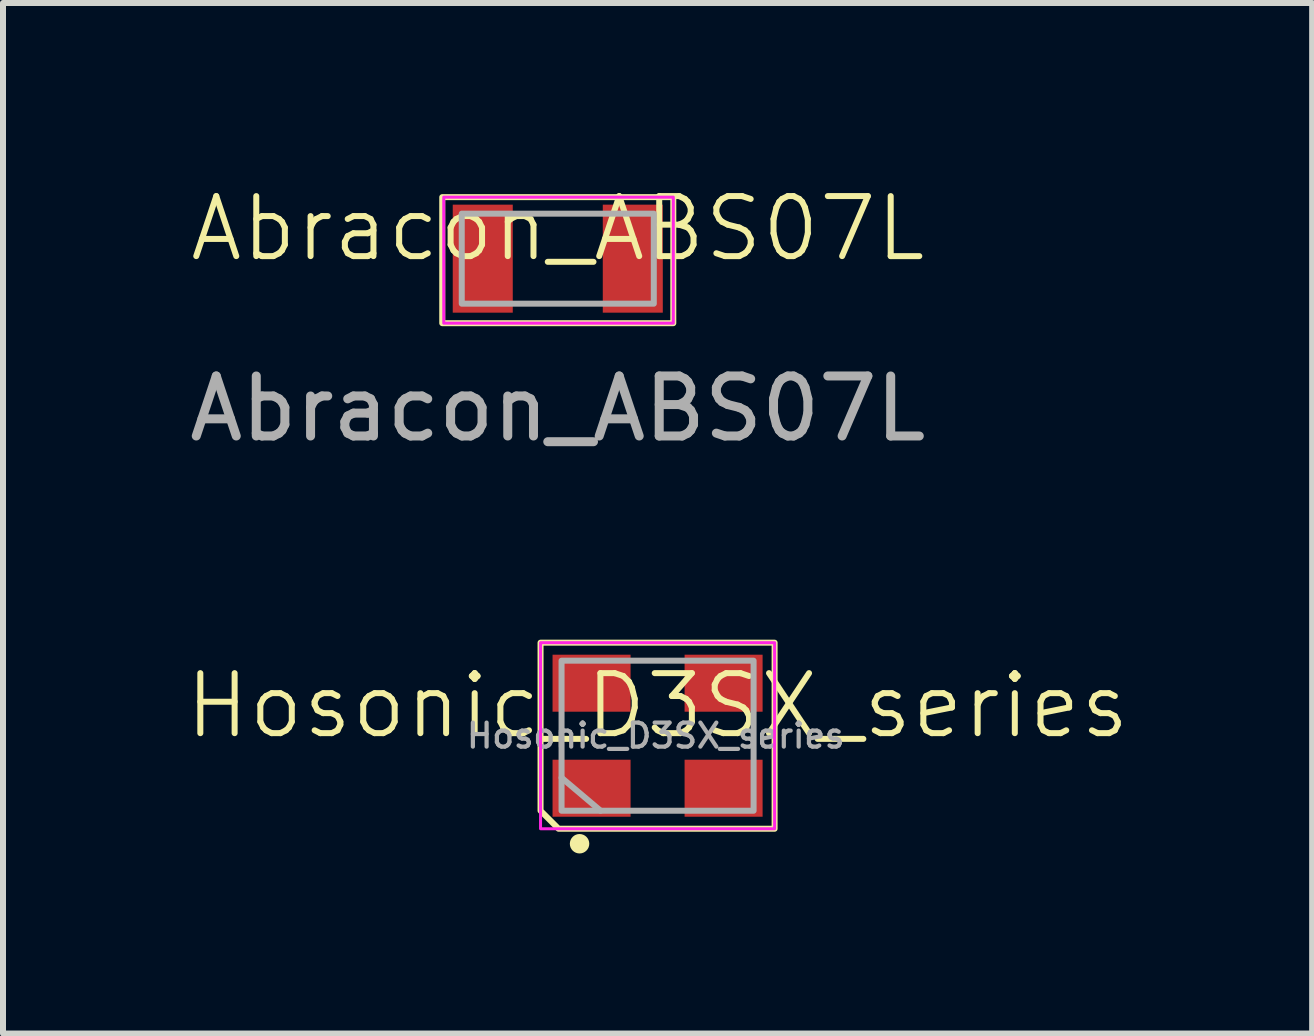
<source format=kicad_pcb>
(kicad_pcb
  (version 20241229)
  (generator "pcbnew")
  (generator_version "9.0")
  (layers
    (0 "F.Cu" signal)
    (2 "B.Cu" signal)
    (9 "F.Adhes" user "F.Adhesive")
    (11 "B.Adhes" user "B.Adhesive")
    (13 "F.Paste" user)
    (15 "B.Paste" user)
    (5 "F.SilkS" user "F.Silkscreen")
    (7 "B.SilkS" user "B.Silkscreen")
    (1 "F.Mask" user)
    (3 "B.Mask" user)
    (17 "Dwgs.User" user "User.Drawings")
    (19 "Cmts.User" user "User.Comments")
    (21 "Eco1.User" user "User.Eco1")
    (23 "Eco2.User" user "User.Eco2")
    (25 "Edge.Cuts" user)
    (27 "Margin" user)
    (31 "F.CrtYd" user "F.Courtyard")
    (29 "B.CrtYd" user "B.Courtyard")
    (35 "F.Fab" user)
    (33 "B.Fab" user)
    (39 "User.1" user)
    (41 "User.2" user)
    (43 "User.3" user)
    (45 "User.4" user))
  (footprint "Abracon_ABS07L"
    (layer "F.Cu")
    (at 6.244 1.26)
    (property "Reference" "Abracon_ABS07L" (at 0 -0.5 0) (unlocked yes) (layer "F.SilkS") (effects (font (size 1 1) (thickness 0.1))))
    (attr smd)
    (fp_rect (start -1.925 -1.025) (end 1.925 1.075) (stroke (width 0.1) (type default)) (fill no) (layer "F.SilkS"))
    (fp_rect (start -1.9 -1.025) (end 1.925 1.075) (stroke (width 0.05) (type default)) (fill no) (layer "F.CrtYd"))
    (fp_rect (start -1.6 -0.75) (end 1.6 0.75) (stroke (width 0.1) (type default)) (fill no) (layer "F.Fab"))
    (fp_text user "${REFERENCE}" (at 0 2.5 0) (unlocked yes) (layer "F.Fab") (effects (font (size 1 1) (thickness 0.15))))
    (pad "1" smd rect (at 1.25 0) (size 1 1.8) (layers "F.Cu" "F.Mask" "F.Paste"))
    (pad "2" smd rect (at -1.25 0) (size 1 1.8) (layers "F.Cu" "F.Mask" "F.Paste")))
  (footprint "Hosonic_D3SX_series"
    (layer "F.Cu")
    (at 7.907 9.209)
    (property "Reference" "Hosonic_D3SX_series" (at 0 -0.5 0) (unlocked yes) (layer "F.SilkS") (effects (font (size 1 1) (thickness 0.1))))
    (attr smd)
    (fp_circle (center -1.3 1.8) (end -1.188 1.8) (stroke (width 0.1) (type solid)) (fill yes) (layer "F.SilkS"))
    (fp_poly (pts (xy -1.95 1.25) (xy -1.65 1.55) (xy 1.95 1.55) (xy 1.95 -1.55) (xy -1.95 -1.55)) (stroke (width 0.1) (type solid)) (fill no) (layer "F.SilkS"))
    (fp_rect (start -1.95 -1.55) (end 1.95 1.55) (stroke (width 0.05) (type default)) (fill no) (layer "F.CrtYd"))
    (fp_line (start -0.95 1.25) (end -1.6 0.7) (stroke (width 0.1) (type default)) (layer "F.Fab"))
    (fp_rect (start -1.6 -1.25) (end 1.6 1.25) (stroke (width 0.1) (type default)) (fill no) (layer "F.Fab"))
    (fp_text user "${REFERENCE}" (at -0.03 0 0) (unlocked yes) (layer "F.Fab") (effects (font (size 0.4 0.4) (thickness 0.07) (bold yes))))
    (pad "1" smd rect (at -1.1 0.875) (size 1.3 0.95) (layers "F.Cu" "F.Mask" "F.Paste"))
    (pad "2" smd rect (at 1.1 0.875) (size 1.3 0.95) (layers "F.Cu" "F.Mask" "F.Paste"))
    (pad "3" smd rect (at 1.1 -0.875) (size 1.3 0.95) (layers "F.Cu" "F.Mask" "F.Paste"))
    (pad "4" smd rect (at -1.1 -0.875) (size 1.3 0.95) (layers "F.Cu" "F.Mask" "F.Paste")))
  (gr_rect
    (start -3 -3)
    (end 18.814 14.171)
    (stroke (width 0.1) (type default))
    (fill no)
    (layer "Edge.Cuts")))
</source>
